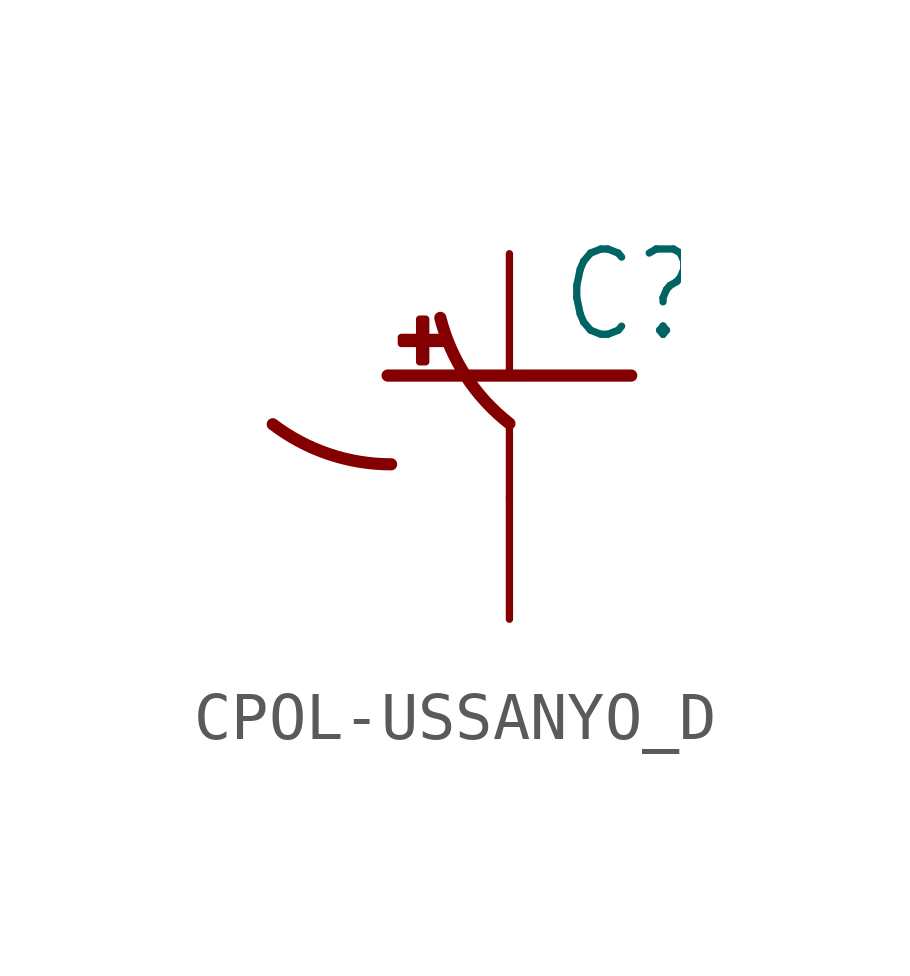
<source format=kicad_sym>
(kicad_symbol_lib
  (version 20241209)
  (generator "kicad_symbol_editor")
  (generator_version "9.0")
  (symbol "CPOL-USSANYO_D"
    (property "Reference" "C"
      (at 1.016 0.635 0)
      (effects (font (size 1.778 1.511)) (justify left bottom)))
    (property "Value" ""
      (at 1.016 -4.191 0)
      (effects (font (size 1.778 1.511)) (justify left bottom)))
    (property "ki_locked" ""
      (at 0 0 0)
      (effects (font (size 1.27 1.27))))
    (symbol "CPOL-USSANYO_D_1_0"
      (polyline (pts (xy -2.54 0) (xy 2.54 0)) (stroke (width 0.254) (type solid)) (fill (type none)))
      (arc (start -2.4669 -1.8504) (mid -3.7689 -1.6361) (end -4.9337 -1.0159) (stroke (width 0.254) (type solid)) (fill (type none)))
      (rectangle (start -2.253 0.668) (end -1.364 0.795) (stroke (width 0) (type default)) (fill (type outline)))
      (rectangle (start -1.872 0.287) (end -1.745 1.176) (stroke (width 0) (type default)) (fill (type outline)))
      (polyline (pts (xy 0 -1.016) (xy 0 -2.54)) (stroke (width 0.152) (type solid)) (fill (type none)))
      (arc (start 0 -1) (mid -0.9038 -0.0189) (end -1.4403 1.2025) (stroke (width 0.254) (type solid)) (fill (type none)))
      (pin passive line (at 0 2.54 270) (length 2.54) (name "+" (effects (font (size 0 0)))) (number "+" (effects (font (size 0 0)))))
      (pin passive line (at 0 -5.08 90) (length 2.54) (name "-" (effects (font (size 0 0)))) (number "-" (effects (font (size 0 0))))))))
</source>
